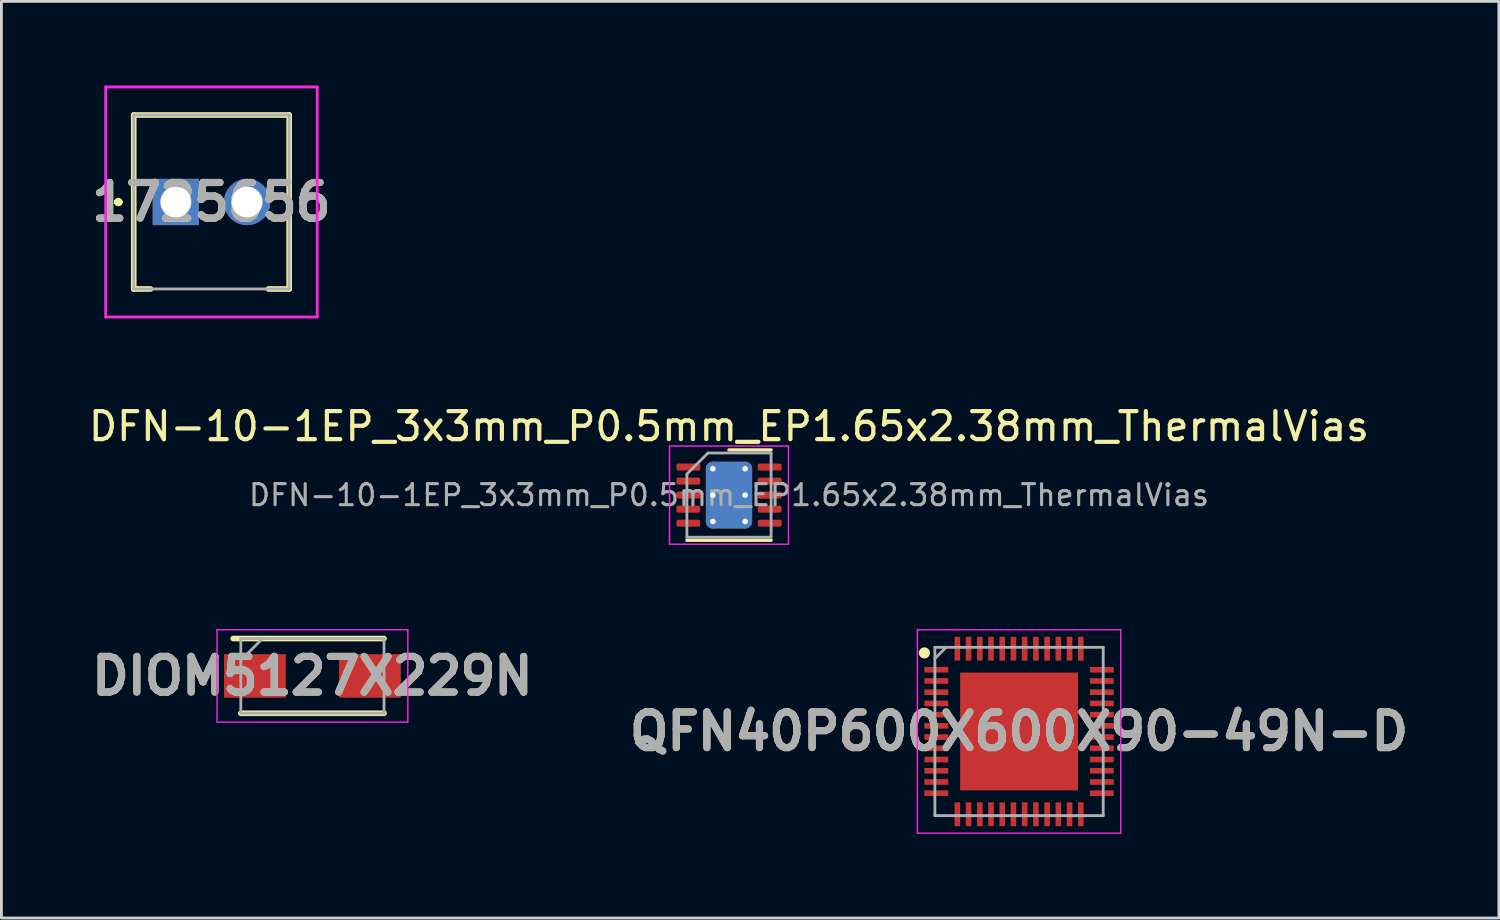
<source format=kicad_pcb>
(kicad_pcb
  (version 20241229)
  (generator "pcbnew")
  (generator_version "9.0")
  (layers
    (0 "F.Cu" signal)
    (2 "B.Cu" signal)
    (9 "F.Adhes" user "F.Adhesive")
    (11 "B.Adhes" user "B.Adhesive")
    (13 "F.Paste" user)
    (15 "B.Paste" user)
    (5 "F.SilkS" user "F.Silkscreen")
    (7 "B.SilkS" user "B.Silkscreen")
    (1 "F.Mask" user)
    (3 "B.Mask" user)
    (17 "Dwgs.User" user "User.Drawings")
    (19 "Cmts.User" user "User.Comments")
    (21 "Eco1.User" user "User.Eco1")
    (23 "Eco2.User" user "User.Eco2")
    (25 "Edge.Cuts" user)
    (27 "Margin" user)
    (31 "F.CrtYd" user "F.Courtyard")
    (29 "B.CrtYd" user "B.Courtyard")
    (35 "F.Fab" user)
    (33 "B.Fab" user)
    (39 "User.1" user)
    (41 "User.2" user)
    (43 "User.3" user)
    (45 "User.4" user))
  (footprint "QFN40P600X600X90-49N-D"
    (layer "F.Cu")
    (at 33.274 23.023)
    (property "Reference" "QFN40P600X600X90-49N-D" (at 0 0 0) (layer "F.SilkS") (effects (font (size 1.27 1.27) (thickness 0.254))))
    (attr smd)
    (fp_circle (center -3.375 -2.8) (end -3.375 -2.7) (stroke (width 0.2) (type solid)) (fill no) (layer "F.SilkS"))
    (fp_line (start -3.625 -3.625) (end 3.625 -3.625) (stroke (width 0.05) (type solid)) (layer "F.CrtYd"))
    (fp_line (start -3.625 3.625) (end -3.625 -3.625) (stroke (width 0.05) (type solid)) (layer "F.CrtYd"))
    (fp_line (start 3.625 -3.625) (end 3.625 3.625) (stroke (width 0.05) (type solid)) (layer "F.CrtYd"))
    (fp_line (start 3.625 3.625) (end -3.625 3.625) (stroke (width 0.05) (type solid)) (layer "F.CrtYd"))
    (fp_line (start -3 -3) (end 3 -3) (stroke (width 0.1) (type solid)) (layer "F.Fab"))
    (fp_line (start -3 -2.6) (end -2.6 -3) (stroke (width 0.1) (type solid)) (layer "F.Fab"))
    (fp_line (start -3 3) (end -3 -3) (stroke (width 0.1) (type solid)) (layer "F.Fab"))
    (fp_line (start 3 -3) (end 3 3) (stroke (width 0.1) (type solid)) (layer "F.Fab"))
    (fp_line (start 3 3) (end -3 3) (stroke (width 0.1) (type solid)) (layer "F.Fab"))
    (fp_text user "${REFERENCE}" (at 0 0 0) (layer "F.Fab") (effects (font (size 1.27 1.27) (thickness 0.254))))
    (pad "1" smd rect (at -2.95 -2.2 90) (size 0.2 0.85) (layers "F.Cu" "F.Mask" "F.Paste"))
    (pad "2" smd rect (at -2.95 -1.8 90) (size 0.2 0.85) (layers "F.Cu" "F.Mask" "F.Paste"))
    (pad "3" smd rect (at -2.95 -1.4 90) (size 0.2 0.85) (layers "F.Cu" "F.Mask" "F.Paste"))
    (pad "4" smd rect (at -2.95 -1 90) (size 0.2 0.85) (layers "F.Cu" "F.Mask" "F.Paste"))
    (pad "5" smd rect (at -2.95 -0.6 90) (size 0.2 0.85) (layers "F.Cu" "F.Mask" "F.Paste"))
    (pad "6" smd rect (at -2.95 -0.2 90) (size 0.2 0.85) (layers "F.Cu" "F.Mask" "F.Paste"))
    (pad "7" smd rect (at -2.95 0.2 90) (size 0.2 0.85) (layers "F.Cu" "F.Mask" "F.Paste"))
    (pad "8" smd rect (at -2.95 0.6 90) (size 0.2 0.85) (layers "F.Cu" "F.Mask" "F.Paste"))
    (pad "9" smd rect (at -2.95 1 90) (size 0.2 0.85) (layers "F.Cu" "F.Mask" "F.Paste"))
    (pad "10" smd rect (at -2.95 1.4 90) (size 0.2 0.85) (layers "F.Cu" "F.Mask" "F.Paste"))
    (pad "11" smd rect (at -2.95 1.8 90) (size 0.2 0.85) (layers "F.Cu" "F.Mask" "F.Paste"))
    (pad "12" smd rect (at -2.95 2.2 90) (size 0.2 0.85) (layers "F.Cu" "F.Mask" "F.Paste"))
    (pad "13" smd rect (at -2.2 2.95) (size 0.2 0.85) (layers "F.Cu" "F.Mask" "F.Paste"))
    (pad "14" smd rect (at -1.8 2.95) (size 0.2 0.85) (layers "F.Cu" "F.Mask" "F.Paste"))
    (pad "15" smd rect (at -1.4 2.95) (size 0.2 0.85) (layers "F.Cu" "F.Mask" "F.Paste"))
    (pad "16" smd rect (at -1 2.95) (size 0.2 0.85) (layers "F.Cu" "F.Mask" "F.Paste"))
    (pad "17" smd rect (at -0.6 2.95) (size 0.2 0.85) (layers "F.Cu" "F.Mask" "F.Paste"))
    (pad "18" smd rect (at -0.2 2.95) (size 0.2 0.85) (layers "F.Cu" "F.Mask" "F.Paste"))
    (pad "19" smd rect (at 0.2 2.95) (size 0.2 0.85) (layers "F.Cu" "F.Mask" "F.Paste"))
    (pad "20" smd rect (at 0.6 2.95) (size 0.2 0.85) (layers "F.Cu" "F.Mask" "F.Paste"))
    (pad "21" smd rect (at 1 2.95) (size 0.2 0.85) (layers "F.Cu" "F.Mask" "F.Paste"))
    (pad "22" smd rect (at 1.4 2.95) (size 0.2 0.85) (layers "F.Cu" "F.Mask" "F.Paste"))
    (pad "23" smd rect (at 1.8 2.95) (size 0.2 0.85) (layers "F.Cu" "F.Mask" "F.Paste"))
    (pad "24" smd rect (at 2.2 2.95) (size 0.2 0.85) (layers "F.Cu" "F.Mask" "F.Paste"))
    (pad "25" smd rect (at 2.95 2.2 90) (size 0.2 0.85) (layers "F.Cu" "F.Mask" "F.Paste"))
    (pad "26" smd rect (at 2.95 1.8 90) (size 0.2 0.85) (layers "F.Cu" "F.Mask" "F.Paste"))
    (pad "27" smd rect (at 2.95 1.4 90) (size 0.2 0.85) (layers "F.Cu" "F.Mask" "F.Paste"))
    (pad "28" smd rect (at 2.95 1 90) (size 0.2 0.85) (layers "F.Cu" "F.Mask" "F.Paste"))
    (pad "29" smd rect (at 2.95 0.6 90) (size 0.2 0.85) (layers "F.Cu" "F.Mask" "F.Paste"))
    (pad "30" smd rect (at 2.95 0.2 90) (size 0.2 0.85) (layers "F.Cu" "F.Mask" "F.Paste"))
    (pad "31" smd rect (at 2.95 -0.2 90) (size 0.2 0.85) (layers "F.Cu" "F.Mask" "F.Paste"))
    (pad "32" smd rect (at 2.95 -0.6 90) (size 0.2 0.85) (layers "F.Cu" "F.Mask" "F.Paste"))
    (pad "33" smd rect (at 2.95 -1 90) (size 0.2 0.85) (layers "F.Cu" "F.Mask" "F.Paste"))
    (pad "34" smd rect (at 2.95 -1.4 90) (size 0.2 0.85) (layers "F.Cu" "F.Mask" "F.Paste"))
    (pad "35" smd rect (at 2.95 -1.8 90) (size 0.2 0.85) (layers "F.Cu" "F.Mask" "F.Paste"))
    (pad "36" smd rect (at 2.95 -2.2 90) (size 0.2 0.85) (layers "F.Cu" "F.Mask" "F.Paste"))
    (pad "37" smd rect (at 2.2 -2.95) (size 0.2 0.85) (layers "F.Cu" "F.Mask" "F.Paste"))
    (pad "38" smd rect (at 1.8 -2.95) (size 0.2 0.85) (layers "F.Cu" "F.Mask" "F.Paste"))
    (pad "39" smd rect (at 1.4 -2.95) (size 0.2 0.85) (layers "F.Cu" "F.Mask" "F.Paste"))
    (pad "40" smd rect (at 1 -2.95) (size 0.2 0.85) (layers "F.Cu" "F.Mask" "F.Paste"))
    (pad "41" smd rect (at 0.6 -2.95) (size 0.2 0.85) (layers "F.Cu" "F.Mask" "F.Paste"))
    (pad "42" smd rect (at 0.2 -2.95) (size 0.2 0.85) (layers "F.Cu" "F.Mask" "F.Paste"))
    (pad "43" smd rect (at -0.2 -2.95) (size 0.2 0.85) (layers "F.Cu" "F.Mask" "F.Paste"))
    (pad "44" smd rect (at -0.6 -2.95) (size 0.2 0.85) (layers "F.Cu" "F.Mask" "F.Paste"))
    (pad "45" smd rect (at -1 -2.95) (size 0.2 0.85) (layers "F.Cu" "F.Mask" "F.Paste"))
    (pad "46" smd rect (at -1.4 -2.95) (size 0.2 0.85) (layers "F.Cu" "F.Mask" "F.Paste"))
    (pad "47" smd rect (at -1.8 -2.95) (size 0.2 0.85) (layers "F.Cu" "F.Mask" "F.Paste"))
    (pad "48" smd rect (at -2.2 -2.95) (size 0.2 0.85) (layers "F.Cu" "F.Mask" "F.Paste"))
    (pad "49" smd rect (at 0 0) (size 4.2 4.2) (layers "F.Cu" "F.Mask" "F.Paste")))
  (footprint "1725656"
    (layer "F.Cu")
    (at 3.217 4.15)
    (property "Reference" "1725656" (at 1.27 0 0) (layer "F.SilkS") (effects (font (size 1.27 1.27) (thickness 0.254))))
    (attr through_hole)
    (fp_line (start -2.1 0) (end -2.1 0) (stroke (width 0.2) (type solid)) (layer "F.SilkS"))
    (fp_line (start -2.1 0) (end -2.1 0) (stroke (width 0.2) (type solid)) (layer "F.SilkS"))
    (fp_line (start -2 0) (end -2 0) (stroke (width 0.2) (type solid)) (layer "F.SilkS"))
    (fp_line (start -1.5 -3.1) (end 4.04 -3.1) (stroke (width 0.2) (type solid)) (layer "F.SilkS"))
    (fp_line (start -1.5 3.1) (end -1.5 -3.1) (stroke (width 0.2) (type solid)) (layer "F.SilkS"))
    (fp_line (start -0.9 3.1) (end -1.5 3.1) (stroke (width 0.2) (type solid)) (layer "F.SilkS"))
    (fp_line (start 4.04 -3.1) (end 4.04 3.1) (stroke (width 0.2) (type solid)) (layer "F.SilkS"))
    (fp_line (start 4.04 3.1) (end 3.3 3.1) (stroke (width 0.2) (type solid)) (layer "F.SilkS"))
    (fp_arc (start -2.1 0) (mid -2.05 -0.05) (end -2 0) (stroke (width 0.2) (type solid)) (layer "F.SilkS"))
    (fp_arc (start -2 0) (mid -2.05 0.05) (end -2.1 0) (stroke (width 0.2) (type solid)) (layer "F.SilkS"))
    (fp_arc (start -2 0) (mid -2.05 0.05) (end -2.1 0) (stroke (width 0.2) (type solid)) (layer "F.SilkS"))
    (fp_line (start -2.5 -4.1) (end 5.04 -4.1) (stroke (width 0.1) (type solid)) (layer "F.CrtYd"))
    (fp_line (start -2.5 4.1) (end -2.5 -4.1) (stroke (width 0.1) (type solid)) (layer "F.CrtYd"))
    (fp_line (start 5.04 -4.1) (end 5.04 4.1) (stroke (width 0.1) (type solid)) (layer "F.CrtYd"))
    (fp_line (start 5.04 4.1) (end -2.5 4.1) (stroke (width 0.1) (type solid)) (layer "F.CrtYd"))
    (fp_line (start -1.5 -3.1) (end -1.5 3.1) (stroke (width 0.1) (type solid)) (layer "F.Fab"))
    (fp_line (start -1.5 3.1) (end 4.04 3.1) (stroke (width 0.1) (type solid)) (layer "F.Fab"))
    (fp_line (start 4.04 -3.1) (end -1.5 -3.1) (stroke (width 0.1) (type solid)) (layer "F.Fab"))
    (fp_line (start 4.04 3.1) (end 4.04 -3.1) (stroke (width 0.1) (type solid)) (layer "F.Fab"))
    (fp_text user "${REFERENCE}" (at 1.27 0 0) (layer "F.Fab") (effects (font (size 1.27 1.27) (thickness 0.254))))
    (pad "" np_thru_hole circle (at 0 2.54) (size 0.001 0.001) (drill 1.1) (layers "*.Cu" "*.Mask"))
    (pad "" np_thru_hole circle (at 2.54 2.54) (size 0.001 0.001) (drill 1.1) (layers "*.Cu" "*.Mask"))
    (pad "1" thru_hole rect (at 0 0) (size 1.65 1.65) (drill 1.1) (layers "*.Cu" "*.Mask"))
    (pad "2" thru_hole circle (at 2.54 0) (size 1.65 1.65) (drill 1.1) (layers "*.Cu" "*.Mask")))
  (footprint "DFN-10-1EP_3x3mm_P0.5mm_EP1.65x2.38mm_ThermalVias"
    (layer "F.Cu")
    (at 22.935 14.598)
    (property "Reference" "DFN-10-1EP_3x3mm_P0.5mm_EP1.65x2.38mm_ThermalVias" (at 0 -2.45 0) (layer "F.SilkS") (effects (font (size 1 1) (thickness 0.15))))
    (attr smd)
    (fp_line (start -1.5 1.61) (end 1.5 1.61) (stroke (width 0.12) (type solid)) (layer "F.SilkS"))
    (fp_line (start 0 -1.61) (end 1.5 -1.61) (stroke (width 0.12) (type solid)) (layer "F.SilkS"))
    (fp_line (start -2.12 -1.75) (end -2.12 1.75) (stroke (width 0.05) (type solid)) (layer "F.CrtYd"))
    (fp_line (start -2.12 1.75) (end 2.12 1.75) (stroke (width 0.05) (type solid)) (layer "F.CrtYd"))
    (fp_line (start 2.12 -1.75) (end -2.12 -1.75) (stroke (width 0.05) (type solid)) (layer "F.CrtYd"))
    (fp_line (start 2.12 1.75) (end 2.12 -1.75) (stroke (width 0.05) (type solid)) (layer "F.CrtYd"))
    (fp_line (start -1.5 -0.75) (end -0.75 -1.5) (stroke (width 0.1) (type solid)) (layer "F.Fab"))
    (fp_line (start -1.5 1.5) (end -1.5 -0.75) (stroke (width 0.1) (type solid)) (layer "F.Fab"))
    (fp_line (start -0.75 -1.5) (end 1.5 -1.5) (stroke (width 0.1) (type solid)) (layer "F.Fab"))
    (fp_line (start 1.5 -1.5) (end 1.5 1.5) (stroke (width 0.1) (type solid)) (layer "F.Fab"))
    (fp_line (start 1.5 1.5) (end -1.5 1.5) (stroke (width 0.1) (type solid)) (layer "F.Fab"))
    (fp_text user "${REFERENCE}" (at 0 0 0) (layer "F.Fab") (effects (font (size 0.75 0.75) (thickness 0.11))))
    (pad "" smd roundrect (at -0.41 -0.595) (size 0.67 0.96) (layers "F.Paste") (roundrect_rratio 0.25))
    (pad "" smd roundrect (at -0.41 0.595) (size 0.67 0.96) (layers "F.Paste") (roundrect_rratio 0.25))
    (pad "" smd roundrect (at 0.41 -0.595) (size 0.67 0.96) (layers "F.Paste") (roundrect_rratio 0.25))
    (pad "" smd roundrect (at 0.41 0.595) (size 0.67 0.96) (layers "F.Paste") (roundrect_rratio 0.25))
    (pad "1" smd roundrect (at -1.45 -1) (size 0.85 0.25) (layers "F.Cu" "F.Mask" "F.Paste") (roundrect_rratio 0.25))
    (pad "2" smd roundrect (at -1.45 -0.5) (size 0.85 0.25) (layers "F.Cu" "F.Mask" "F.Paste") (roundrect_rratio 0.25))
    (pad "3" smd roundrect (at -1.45 0) (size 0.85 0.25) (layers "F.Cu" "F.Mask" "F.Paste") (roundrect_rratio 0.25))
    (pad "4" smd roundrect (at -1.45 0.5) (size 0.85 0.25) (layers "F.Cu" "F.Mask" "F.Paste") (roundrect_rratio 0.25))
    (pad "5" smd roundrect (at -1.45 1) (size 0.85 0.25) (layers "F.Cu" "F.Mask" "F.Paste") (roundrect_rratio 0.25))
    (pad "6" smd roundrect (at 1.45 1) (size 0.85 0.25) (layers "F.Cu" "F.Mask" "F.Paste") (roundrect_rratio 0.25))
    (pad "7" smd roundrect (at 1.45 0.5) (size 0.85 0.25) (layers "F.Cu" "F.Mask" "F.Paste") (roundrect_rratio 0.25))
    (pad "8" smd roundrect (at 1.45 0) (size 0.85 0.25) (layers "F.Cu" "F.Mask" "F.Paste") (roundrect_rratio 0.25))
    (pad "9" smd roundrect (at 1.45 -0.5) (size 0.85 0.25) (layers "F.Cu" "F.Mask" "F.Paste") (roundrect_rratio 0.25))
    (pad "10" smd roundrect (at 1.45 -1) (size 0.85 0.25) (layers "F.Cu" "F.Mask" "F.Paste") (roundrect_rratio 0.25))
    (pad "11" thru_hole circle (at -0.575 -0.94) (size 0.5 0.5) (drill 0.2) (layers "*.Cu"))
    (pad "11" thru_hole circle (at -0.575 0) (size 0.5 0.5) (drill 0.2) (layers "*.Cu"))
    (pad "11" thru_hole circle (at -0.575 0.94) (size 0.5 0.5) (drill 0.2) (layers "*.Cu"))
    (pad "11" smd roundrect (at 0 0) (size 1.65 2.38) (layers "F.Cu" "F.Mask") (roundrect_rratio 0.152))
    (pad "11" smd roundrect (at 0 0) (size 1.65 2.38) (layers "B.Cu") (roundrect_rratio 0.152))
    (pad "11" thru_hole circle (at 0.575 -0.94) (size 0.5 0.5) (drill 0.2) (layers "*.Cu"))
    (pad "11" thru_hole circle (at 0.575 0) (size 0.5 0.5) (drill 0.2) (layers "*.Cu"))
    (pad "11" thru_hole circle (at 0.575 0.94) (size 0.5 0.5) (drill 0.2) (layers "*.Cu")))
  (footprint "DIOM5127X229N"
    (layer "F.Cu")
    (at 8.086 21.043)
    (property "Reference" "DIOM5127X229N" (at 0 0 0) (layer "F.SilkS") (effects (font (size 1.27 1.27) (thickness 0.254))))
    (attr smd)
    (fp_line (start -2.552 1.332) (end 2.552 1.332) (stroke (width 0.2) (type solid)) (layer "F.SilkS"))
    (fp_line (start 2.552 -1.332) (end -2.825 -1.332) (stroke (width 0.2) (type solid)) (layer "F.SilkS"))
    (fp_line (start -3.4 -1.645) (end 3.4 -1.645) (stroke (width 0.05) (type solid)) (layer "F.CrtYd"))
    (fp_line (start -3.4 1.645) (end -3.4 -1.645) (stroke (width 0.05) (type solid)) (layer "F.CrtYd"))
    (fp_line (start 3.4 -1.645) (end 3.4 1.645) (stroke (width 0.05) (type solid)) (layer "F.CrtYd"))
    (fp_line (start 3.4 1.645) (end -3.4 1.645) (stroke (width 0.05) (type solid)) (layer "F.CrtYd"))
    (fp_line (start -2.552 -1.332) (end 2.552 -1.332) (stroke (width 0.1) (type solid)) (layer "F.Fab"))
    (fp_line (start -2.552 -0.558) (end -1.778 -1.332) (stroke (width 0.1) (type solid)) (layer "F.Fab"))
    (fp_line (start -2.552 1.332) (end -2.552 -1.332) (stroke (width 0.1) (type solid)) (layer "F.Fab"))
    (fp_line (start 2.552 -1.332) (end 2.552 1.332) (stroke (width 0.1) (type solid)) (layer "F.Fab"))
    (fp_line (start 2.552 1.332) (end -2.552 1.332) (stroke (width 0.1) (type solid)) (layer "F.Fab"))
    (fp_text user "${REFERENCE}" (at 0 0 0) (layer "F.Fab") (effects (font (size 1.27 1.27) (thickness 0.254))))
    (pad "1" smd rect (at -2.05 0 90) (size 1.55 2.2) (layers "F.Cu" "F.Mask" "F.Paste"))
    (pad "2" smd rect (at 2.05 0 90) (size 1.55 2.2) (layers "F.Cu" "F.Mask" "F.Paste")))
  (gr_rect
    (start -3 -3)
    (end 50.377 29.673)
    (stroke (width 0.1) (type default))
    (fill no)
    (layer "Edge.Cuts")))
</source>
